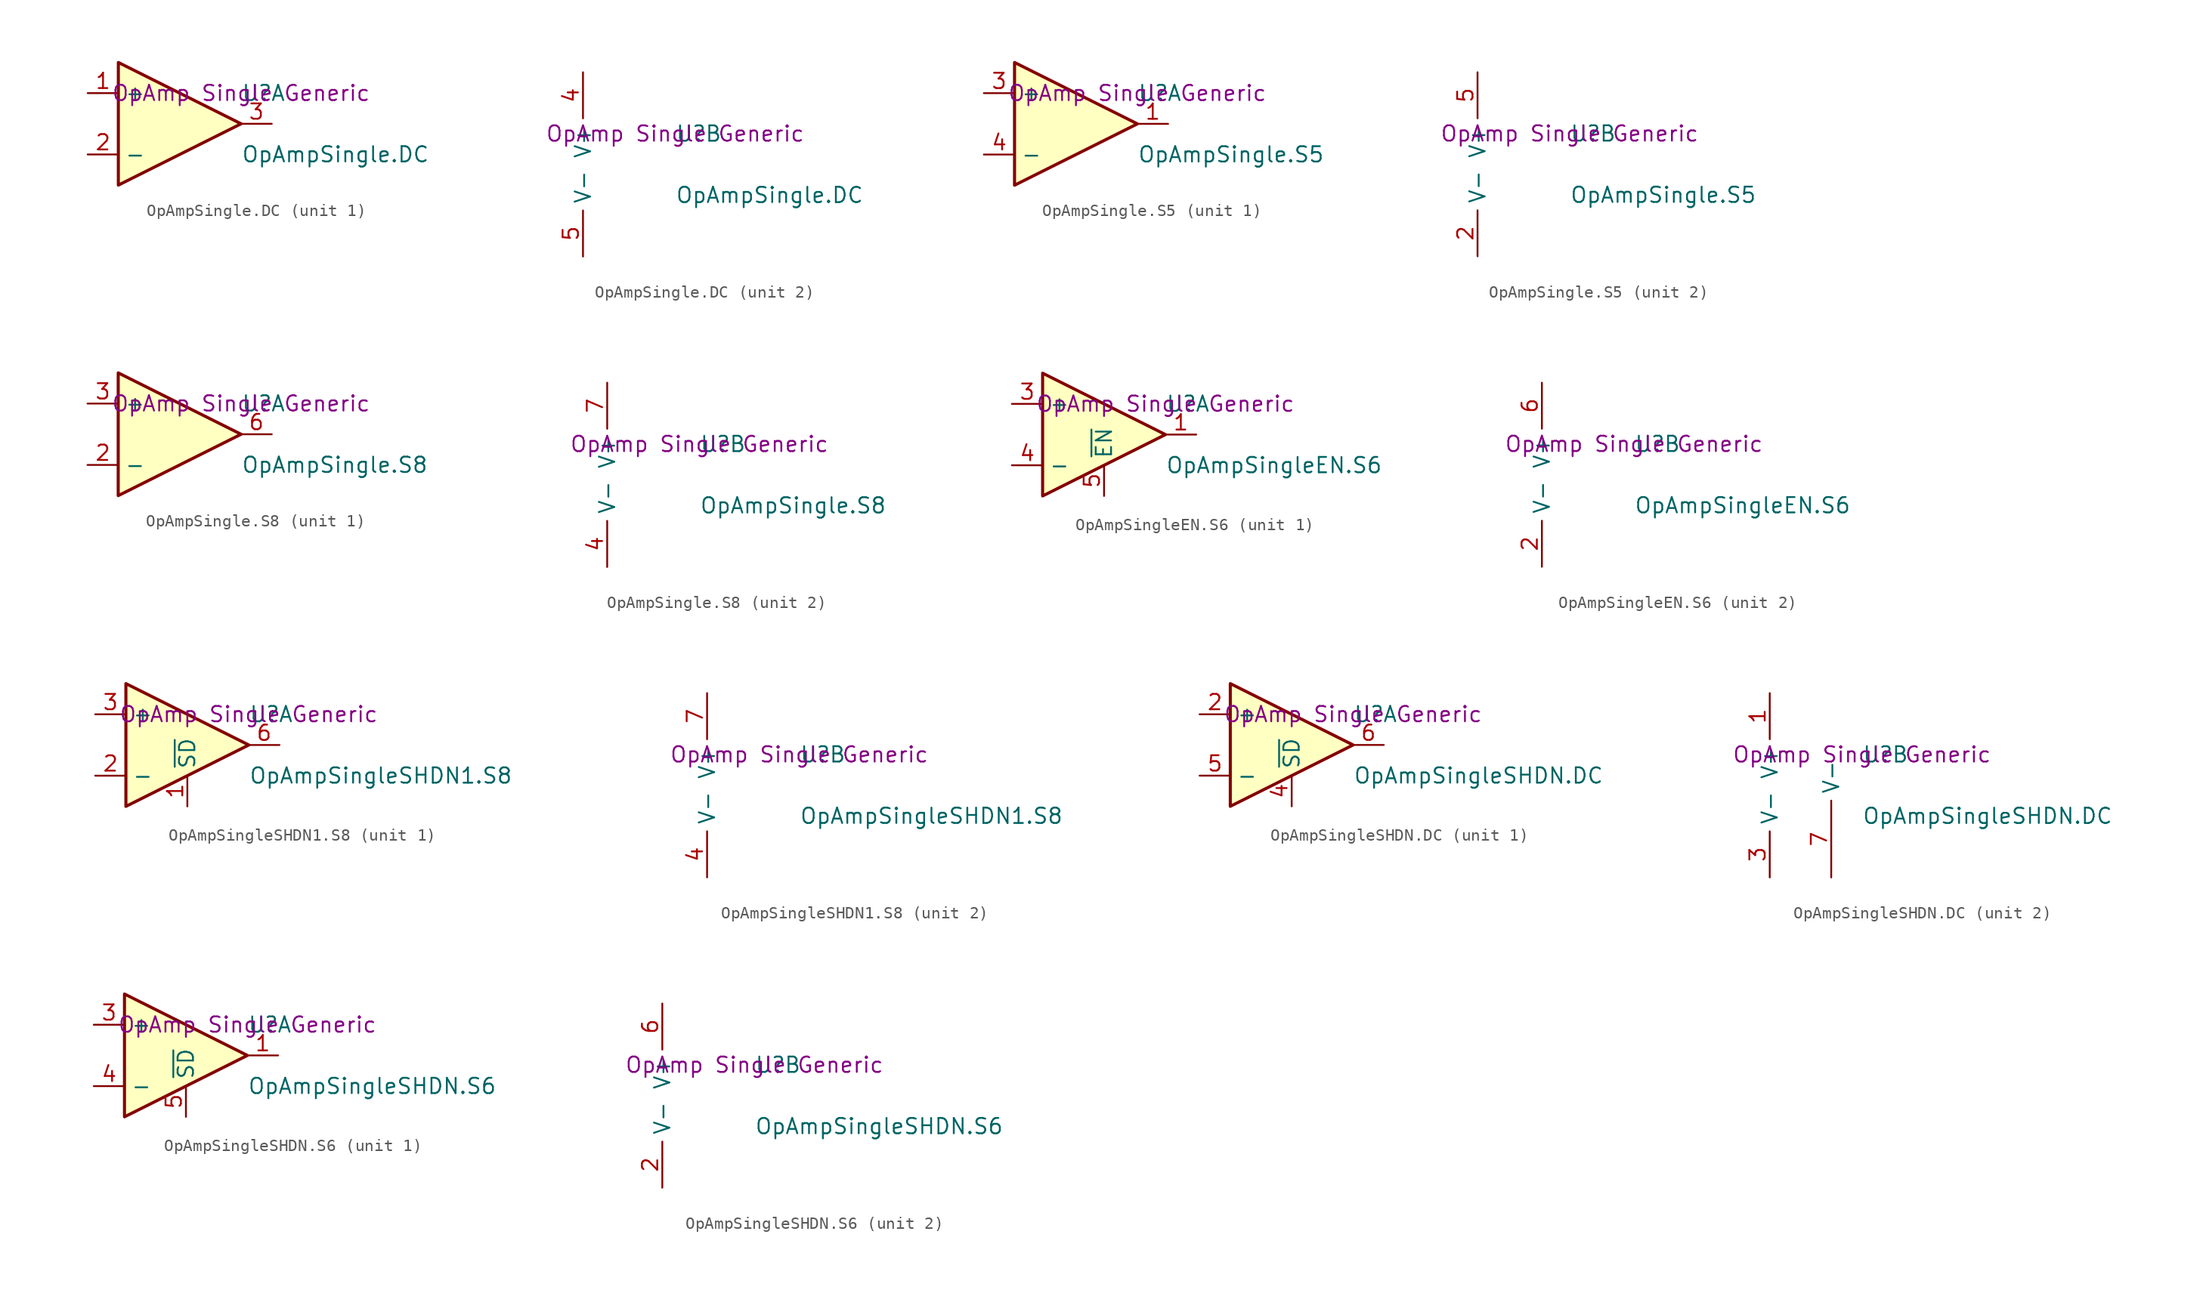
<source format=kicad_sym>
(kicad_symbol_lib
  (version 20201005)
  (generator kicad_symbol_editor)
  (symbol "OpAmpSingle.DC"
    (property "Reference" "U"
      (at 5.08 2.54 0)
      (effects (font (size 1.27 1.27)) (justify left)))
    (property "Value" "OpAmpSingle.DC"
      (at 5.08 -2.54 0)
      (effects (font (size 1.27 1.27)) (justify left)))
    (property "Datasheet" "OpAmp Single Generic"
      (at 5.08 2.54 0)
      (effects (font (size 1.27 1.27))))
    (property "ki_locked" ""
      (at 0 0 0)
      (effects (font (size 1.27 1.27))))
    (symbol "OpAmpSingle.DC_1_1"
      (polyline (pts (xy 5.08 0) (xy -5.08 5.08) (xy -5.08 -5.08) (xy 5.08 0)) (stroke (width 0.254)) (fill (type background)))
      (pin input line (at -7.62 2.54 0) (length 2.54) (name "+" (effects (font (size 1.27 1.27)))) (number "1" (effects (font (size 1.27 1.27)))))
      (pin input line (at -7.62 -2.54 0) (length 2.54) (name "-" (effects (font (size 1.27 1.27)))) (number "2" (effects (font (size 1.27 1.27)))))
      (pin output line (at 7.62 0 180) (length 2.54) (name "~" (effects (font (size 1.27 1.27)))) (number "3" (effects (font (size 1.27 1.27))))))
    (symbol "OpAmpSingle.DC_2_1"
      (pin power_in line (at -2.54 7.62 270) (length 3.81) (name "V+" (effects (font (size 1.27 1.27)))) (number "4" (effects (font (size 1.27 1.27)))))
      (pin power_in line (at -2.54 -7.62 90) (length 3.81) (name "V-" (effects (font (size 1.27 1.27)))) (number "5" (effects (font (size 1.27 1.27)))))))
  (symbol "OpAmpSingle.S5"
    (property "Reference" "U"
      (at 5.08 2.54 0)
      (effects (font (size 1.27 1.27)) (justify left)))
    (property "Value" "OpAmpSingle.S5"
      (at 5.08 -2.54 0)
      (effects (font (size 1.27 1.27)) (justify left)))
    (property "Datasheet" "OpAmp Single Generic"
      (at 5.08 2.54 0)
      (effects (font (size 1.27 1.27))))
    (property "ki_locked" ""
      (at 0 0 0)
      (effects (font (size 1.27 1.27))))
    (symbol "OpAmpSingle.S5_1_1"
      (polyline (pts (xy 5.08 0) (xy -5.08 5.08) (xy -5.08 -5.08) (xy 5.08 0)) (stroke (width 0.254)) (fill (type background)))
      (pin output line (at 7.62 0 180) (length 2.54) (name "~" (effects (font (size 1.27 1.27)))) (number "1" (effects (font (size 1.27 1.27)))))
      (pin input line (at -7.62 2.54 0) (length 2.54) (name "+" (effects (font (size 1.27 1.27)))) (number "3" (effects (font (size 1.27 1.27)))))
      (pin input line (at -7.62 -2.54 0) (length 2.54) (name "-" (effects (font (size 1.27 1.27)))) (number "4" (effects (font (size 1.27 1.27))))))
    (symbol "OpAmpSingle.S5_2_1"
      (pin power_in line (at -2.54 -7.62 90) (length 3.81) (name "V-" (effects (font (size 1.27 1.27)))) (number "2" (effects (font (size 1.27 1.27)))))
      (pin power_in line (at -2.54 7.62 270) (length 3.81) (name "V+" (effects (font (size 1.27 1.27)))) (number "5" (effects (font (size 1.27 1.27)))))))
  (symbol "OpAmpSingle.S8"
    (property "Reference" "U"
      (at 5.08 2.54 0)
      (effects (font (size 1.27 1.27)) (justify left)))
    (property "Value" "OpAmpSingle.S8"
      (at 5.08 -2.54 0)
      (effects (font (size 1.27 1.27)) (justify left)))
    (property "Datasheet" "OpAmp Single Generic"
      (at 5.08 2.54 0)
      (effects (font (size 1.27 1.27))))
    (property "ki_locked" ""
      (at 0 0 0)
      (effects (font (size 1.27 1.27))))
    (symbol "OpAmpSingle.S8_1_1"
      (polyline (pts (xy 5.08 0) (xy -5.08 5.08) (xy -5.08 -5.08) (xy 5.08 0)) (stroke (width 0.254)) (fill (type background)))
      (pin input line (at -7.62 -2.54 0) (length 2.54) (name "-" (effects (font (size 1.27 1.27)))) (number "2" (effects (font (size 1.27 1.27)))))
      (pin input line (at -7.62 2.54 0) (length 2.54) (name "+" (effects (font (size 1.27 1.27)))) (number "3" (effects (font (size 1.27 1.27)))))
      (pin output line (at 7.62 0 180) (length 2.54) (name "~" (effects (font (size 1.27 1.27)))) (number "6" (effects (font (size 1.27 1.27))))))
    (symbol "OpAmpSingle.S8_2_1"
      (pin unconnected line (at -7.62 2.54 0) (length 2.54) hide (name "NC" (effects (font (size 1.27 1.27)))) (number "1" (effects (font (size 1.27 1.27)))))
      (pin power_in line (at -2.54 -7.62 90) (length 3.81) (name "V-" (effects (font (size 1.27 1.27)))) (number "4" (effects (font (size 1.27 1.27)))))
      (pin unconnected line (at -7.62 0 0) (length 2.54) hide (name "NC" (effects (font (size 1.27 1.27)))) (number "5" (effects (font (size 1.27 1.27)))))
      (pin power_in line (at -2.54 7.62 270) (length 3.81) (name "V+" (effects (font (size 1.27 1.27)))) (number "7" (effects (font (size 1.27 1.27)))))
      (pin unconnected line (at -7.62 -2.54 0) (length 2.54) hide (name "NC" (effects (font (size 1.27 1.27)))) (number "8" (effects (font (size 1.27 1.27)))))))
  (symbol "OpAmpSingleEN.S6"
    (property "Reference" "U"
      (at 5.08 2.54 0)
      (effects (font (size 1.27 1.27)) (justify left)))
    (property "Value" "OpAmpSingleEN.S6"
      (at 5.08 -2.54 0)
      (effects (font (size 1.27 1.27)) (justify left)))
    (property "Datasheet" "OpAmp Single Generic"
      (at 5.08 2.54 0)
      (effects (font (size 1.27 1.27))))
    (property "ki_locked" ""
      (at 0 0 0)
      (effects (font (size 1.27 1.27))))
    (symbol "OpAmpSingleEN.S6_1_1"
      (polyline (pts (xy 5.08 0) (xy -5.08 5.08) (xy -5.08 -5.08) (xy 5.08 0)) (stroke (width 0.254)) (fill (type background)))
      (pin output line (at 7.62 0 180) (length 2.54) (name "~" (effects (font (size 1.27 1.27)))) (number "1" (effects (font (size 1.27 1.27)))))
      (pin input line (at -7.62 2.54 0) (length 2.54) (name "+" (effects (font (size 1.27 1.27)))) (number "3" (effects (font (size 1.27 1.27)))))
      (pin input line (at -7.62 -2.54 0) (length 2.54) (name "-" (effects (font (size 1.27 1.27)))) (number "4" (effects (font (size 1.27 1.27)))))
      (pin input line (at 0 -5.08 90) (length 2.54) (name "~EN~" (effects (font (size 1.27 1.27)))) (number "5" (effects (font (size 1.27 1.27))))))
    (symbol "OpAmpSingleEN.S6_2_1"
      (pin power_in line (at -2.54 -7.62 90) (length 3.81) (name "V-" (effects (font (size 1.27 1.27)))) (number "2" (effects (font (size 1.27 1.27)))))
      (pin power_in line (at -2.54 7.62 270) (length 3.81) (name "V+" (effects (font (size 1.27 1.27)))) (number "6" (effects (font (size 1.27 1.27)))))))
  (symbol "OpAmpSingleSHDN1.S8"
    (property "Reference" "U"
      (at 5.08 2.54 0)
      (effects (font (size 1.27 1.27)) (justify left)))
    (property "Value" "OpAmpSingleSHDN1.S8"
      (at 5.08 -2.54 0)
      (effects (font (size 1.27 1.27)) (justify left)))
    (property "Datasheet" "OpAmp Single Generic"
      (at 5.08 2.54 0)
      (effects (font (size 1.27 1.27))))
    (property "ki_locked" ""
      (at 0 0 0)
      (effects (font (size 1.27 1.27))))
    (symbol "OpAmpSingleSHDN1.S8_1_1"
      (polyline (pts (xy 5.08 0) (xy -5.08 5.08) (xy -5.08 -5.08) (xy 5.08 0)) (stroke (width 0.254)) (fill (type background)))
      (pin input line (at 0 -5.08 90) (length 2.54) (name "~SD~" (effects (font (size 1.27 1.27)))) (number "1" (effects (font (size 1.27 1.27)))))
      (pin input line (at -7.62 -2.54 0) (length 2.54) (name "-" (effects (font (size 1.27 1.27)))) (number "2" (effects (font (size 1.27 1.27)))))
      (pin input line (at -7.62 2.54 0) (length 2.54) (name "+" (effects (font (size 1.27 1.27)))) (number "3" (effects (font (size 1.27 1.27)))))
      (pin output line (at 7.62 0 180) (length 2.54) (name "~" (effects (font (size 1.27 1.27)))) (number "6" (effects (font (size 1.27 1.27))))))
    (symbol "OpAmpSingleSHDN1.S8_2_1"
      (pin power_in line (at -2.54 -7.62 90) (length 3.81) (name "V-" (effects (font (size 1.27 1.27)))) (number "4" (effects (font (size 1.27 1.27)))))
      (pin unconnected line (at -7.62 0 0) (length 2.54) hide (name "NC" (effects (font (size 1.27 1.27)))) (number "5" (effects (font (size 1.27 1.27)))))
      (pin power_in line (at -2.54 7.62 270) (length 3.81) (name "V+" (effects (font (size 1.27 1.27)))) (number "7" (effects (font (size 1.27 1.27)))))
      (pin unconnected line (at -7.62 0 0) (length 2.54) hide (name "NC" (effects (font (size 1.27 1.27)))) (number "8" (effects (font (size 1.27 1.27)))))))
  (symbol "OpAmpSingleSHDN.DC"
    (property "Reference" "U"
      (at 5.08 2.54 0)
      (effects (font (size 1.27 1.27)) (justify left)))
    (property "Value" "OpAmpSingleSHDN.DC"
      (at 5.08 -2.54 0)
      (effects (font (size 1.27 1.27)) (justify left)))
    (property "Datasheet" "OpAmp Single Generic"
      (at 5.08 2.54 0)
      (effects (font (size 1.27 1.27))))
    (property "ki_locked" ""
      (at 0 0 0)
      (effects (font (size 1.27 1.27))))
    (symbol "OpAmpSingleSHDN.DC_1_1"
      (polyline (pts (xy 5.08 0) (xy -5.08 5.08) (xy -5.08 -5.08) (xy 5.08 0)) (stroke (width 0.254)) (fill (type background)))
      (pin input line (at -7.62 2.54 0) (length 2.54) (name "+" (effects (font (size 1.27 1.27)))) (number "2" (effects (font (size 1.27 1.27)))))
      (pin input line (at 0 -5.08 90) (length 2.54) (name "~SD~" (effects (font (size 1.27 1.27)))) (number "4" (effects (font (size 1.27 1.27)))))
      (pin input line (at -7.62 -2.54 0) (length 2.54) (name "-" (effects (font (size 1.27 1.27)))) (number "5" (effects (font (size 1.27 1.27)))))
      (pin output line (at 7.62 0 180) (length 2.54) (name "~" (effects (font (size 1.27 1.27)))) (number "6" (effects (font (size 1.27 1.27))))))
    (symbol "OpAmpSingleSHDN.DC_2_1"
      (pin power_in line (at -2.54 7.62 270) (length 3.81) (name "V+" (effects (font (size 1.27 1.27)))) (number "1" (effects (font (size 1.27 1.27)))))
      (pin power_in line (at -2.54 -7.62 90) (length 3.81) (name "V-" (effects (font (size 1.27 1.27)))) (number "3" (effects (font (size 1.27 1.27)))))
      (pin power_in line (at 2.54 -7.62 90) (length 6.35) (name "V-" (effects (font (size 1.27 1.27)))) (number "7" (effects (font (size 1.27 1.27)))))))
  (symbol "OpAmpSingleSHDN.S6"
    (property "Reference" "U"
      (at 5.08 2.54 0)
      (effects (font (size 1.27 1.27)) (justify left)))
    (property "Value" "OpAmpSingleSHDN.S6"
      (at 5.08 -2.54 0)
      (effects (font (size 1.27 1.27)) (justify left)))
    (property "Datasheet" "OpAmp Single Generic"
      (at 5.08 2.54 0)
      (effects (font (size 1.27 1.27))))
    (property "ki_locked" ""
      (at 0 0 0)
      (effects (font (size 1.27 1.27))))
    (symbol "OpAmpSingleSHDN.S6_1_1"
      (polyline (pts (xy 5.08 0) (xy -5.08 5.08) (xy -5.08 -5.08) (xy 5.08 0)) (stroke (width 0.254)) (fill (type background)))
      (pin output line (at 7.62 0 180) (length 2.54) (name "~" (effects (font (size 1.27 1.27)))) (number "1" (effects (font (size 1.27 1.27)))))
      (pin input line (at -7.62 2.54 0) (length 2.54) (name "+" (effects (font (size 1.27 1.27)))) (number "3" (effects (font (size 1.27 1.27)))))
      (pin input line (at -7.62 -2.54 0) (length 2.54) (name "-" (effects (font (size 1.27 1.27)))) (number "4" (effects (font (size 1.27 1.27)))))
      (pin input line (at 0 -5.08 90) (length 2.54) (name "~SD~" (effects (font (size 1.27 1.27)))) (number "5" (effects (font (size 1.27 1.27))))))
    (symbol "OpAmpSingleSHDN.S6_2_1"
      (pin power_in line (at -2.54 -7.62 90) (length 3.81) (name "V-" (effects (font (size 1.27 1.27)))) (number "2" (effects (font (size 1.27 1.27)))))
      (pin power_in line (at -2.54 7.62 270) (length 3.81) (name "V+" (effects (font (size 1.27 1.27)))) (number "6" (effects (font (size 1.27 1.27))))))))
</source>
